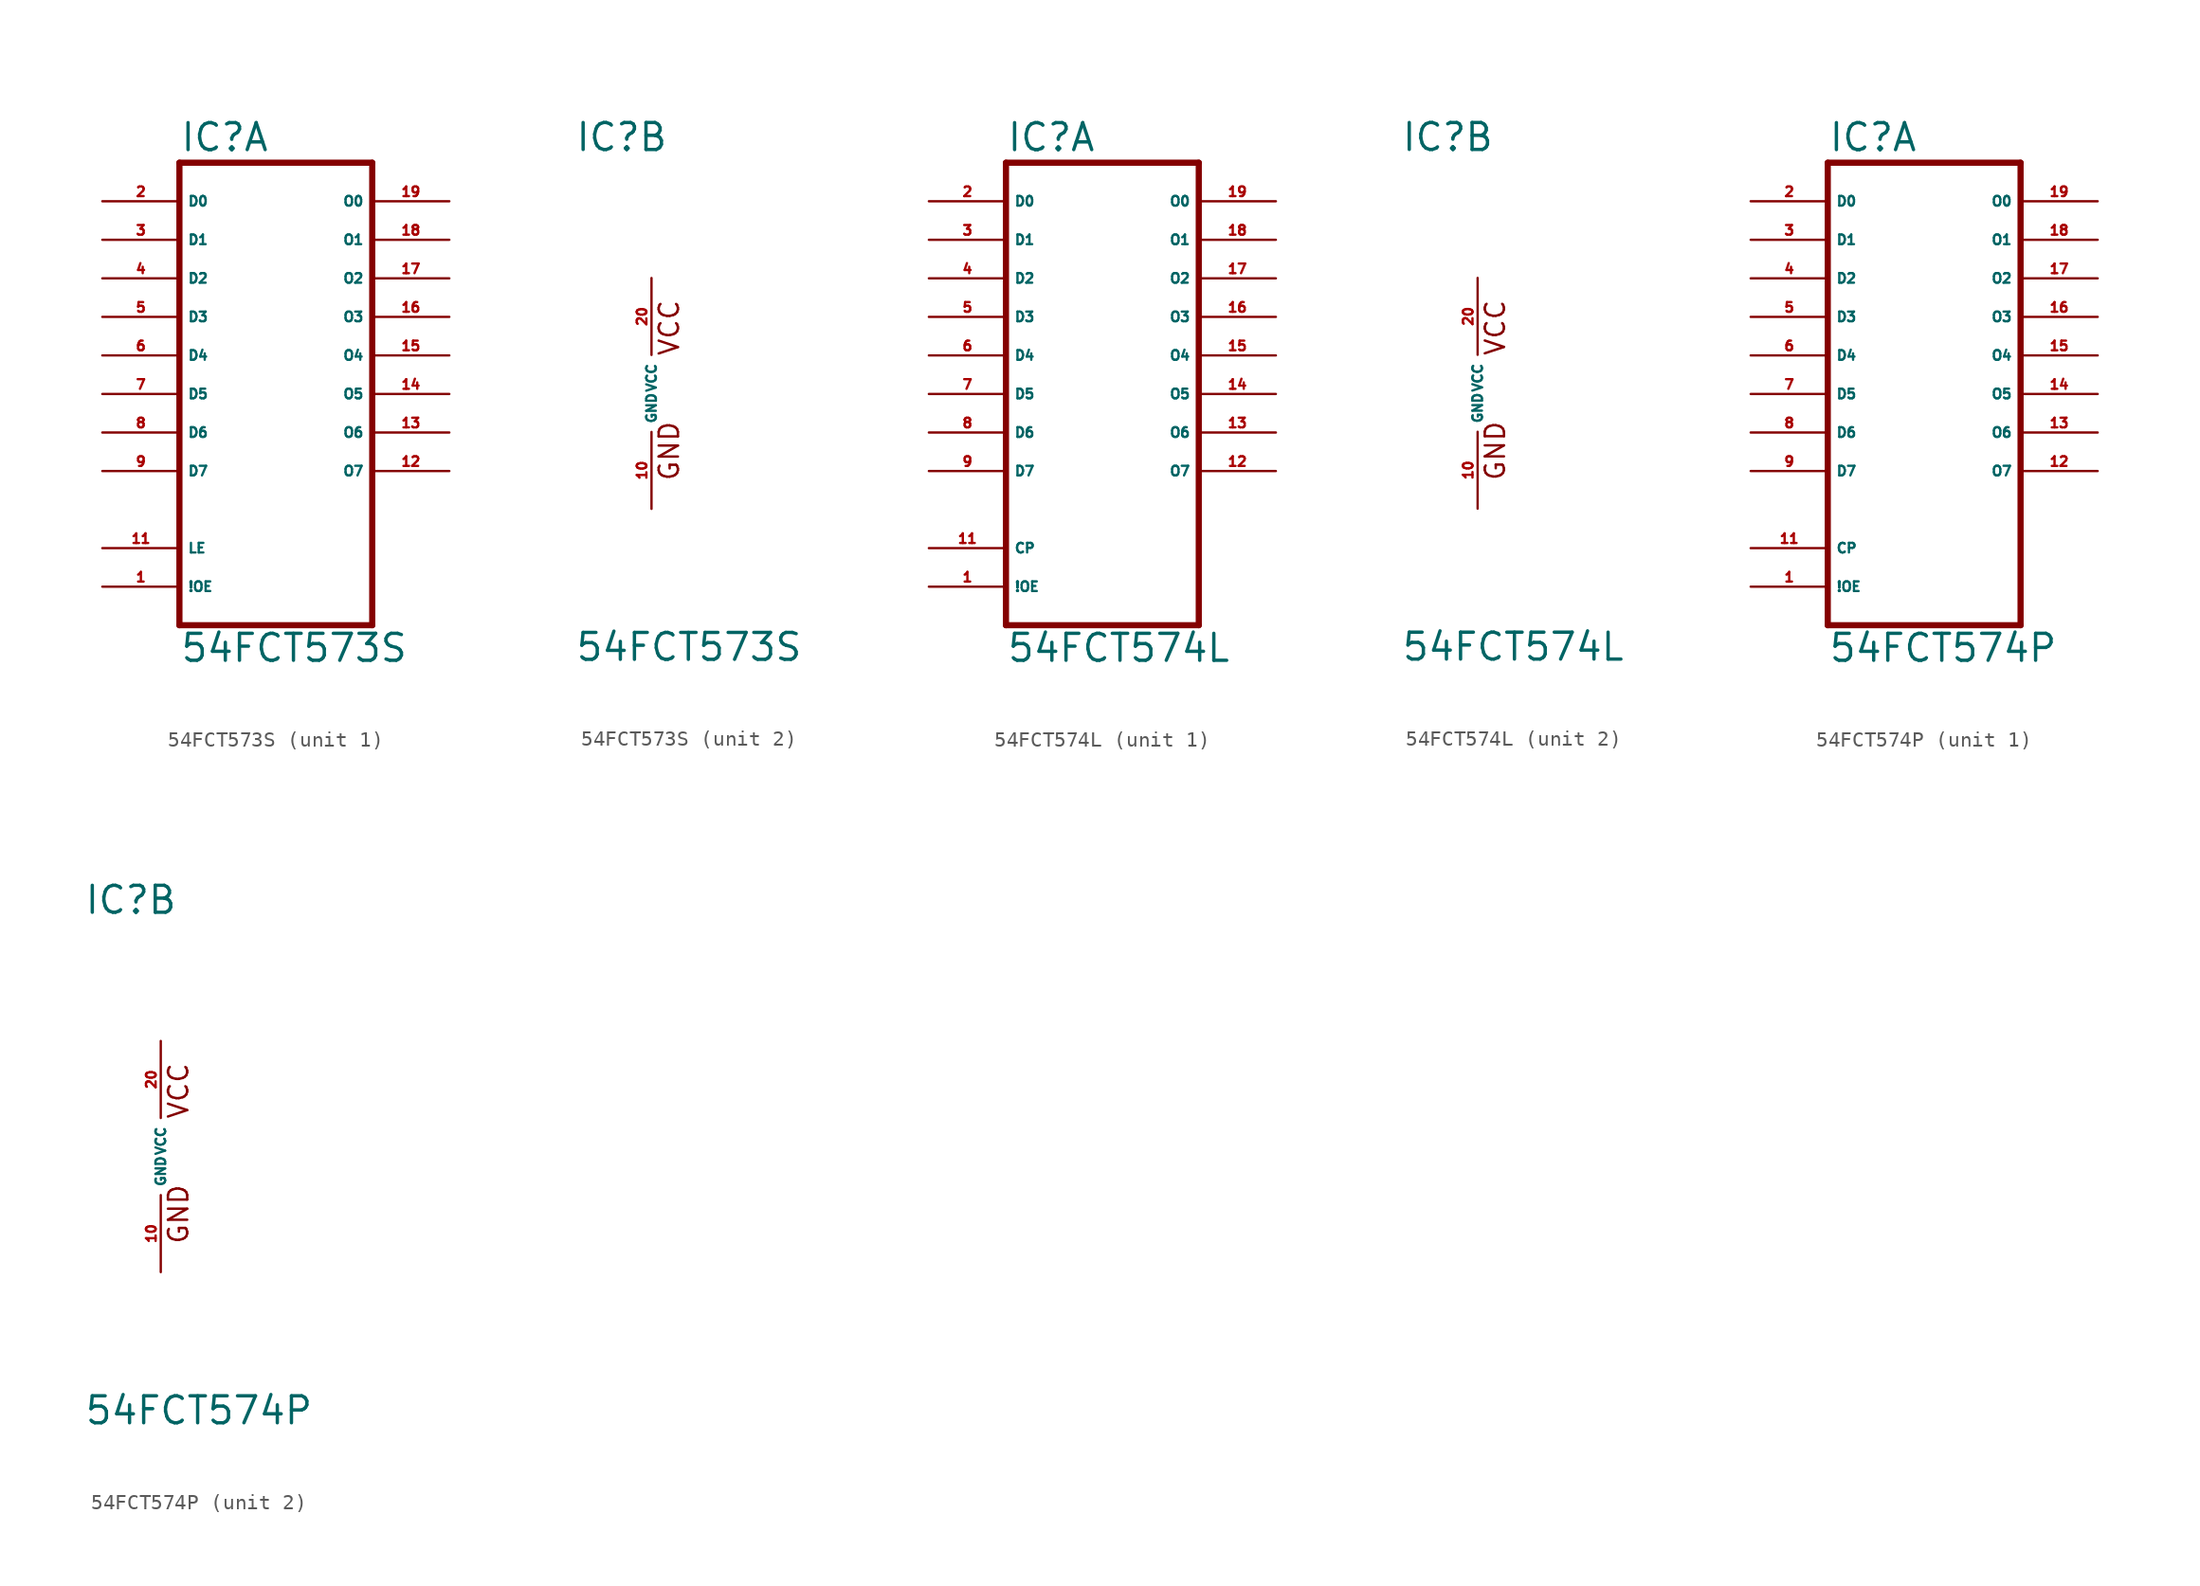
<source format=kicad_sym>
(kicad_symbol_lib
  (version 20220914)
  (generator Eagle2Kicad)
  (symbol "54FCT573S"
    (property "Reference" "IC"
      (at -5.08 15.875 0)
      (effects (font (size 1.778 1.778) (thickness 0.22)) (justify left bottom)))
    (property "Value" "54FCT573S"
      (at -5.08 -17.78 0)
      (effects (font (size 1.778 1.778) (thickness 0.22)) (justify left bottom)))
    (symbol "54FCT573S_1_0"
      (polyline (pts (xy -5.08 -15.24) (xy 7.62 -15.24)) (stroke (width 0.406) (type default)) (fill (type none)))
      (polyline (pts (xy 7.62 -15.24) (xy 7.62 15.24)) (stroke (width 0.406) (type default)) (fill (type none)))
      (polyline (pts (xy 7.62 15.24) (xy -5.08 15.24)) (stroke (width 0.406) (type default)) (fill (type none)))
      (polyline (pts (xy -5.08 15.24) (xy -5.08 -15.24)) (stroke (width 0.406) (type default)) (fill (type none)))
      (pin input line (at -10.16 12.7 0) (length 5.08) (name "D0" (effects (font (size 0.635 0.635) (thickness 0.08)) (justify left bottom))) (number "2" (effects (font (size 0.635 0.635) (thickness 0.08)) (justify left bottom))))
      (pin input line (at -10.16 10.16 0) (length 5.08) (name "D1" (effects (font (size 0.635 0.635) (thickness 0.08)) (justify left bottom))) (number "3" (effects (font (size 0.635 0.635) (thickness 0.08)) (justify left bottom))))
      (pin input line (at -10.16 7.62 0) (length 5.08) (name "D2" (effects (font (size 0.635 0.635) (thickness 0.08)) (justify left bottom))) (number "4" (effects (font (size 0.635 0.635) (thickness 0.08)) (justify left bottom))))
      (pin input line (at -10.16 5.08 0) (length 5.08) (name "D3" (effects (font (size 0.635 0.635) (thickness 0.08)) (justify left bottom))) (number "5" (effects (font (size 0.635 0.635) (thickness 0.08)) (justify left bottom))))
      (pin input line (at -10.16 2.54 0) (length 5.08) (name "D4" (effects (font (size 0.635 0.635) (thickness 0.08)) (justify left bottom))) (number "6" (effects (font (size 0.635 0.635) (thickness 0.08)) (justify left bottom))))
      (pin input line (at -10.16 0 0) (length 5.08) (name "D5" (effects (font (size 0.635 0.635) (thickness 0.08)) (justify left bottom))) (number "7" (effects (font (size 0.635 0.635) (thickness 0.08)) (justify left bottom))))
      (pin input line (at -10.16 -2.54 0) (length 5.08) (name "D6" (effects (font (size 0.635 0.635) (thickness 0.08)) (justify left bottom))) (number "8" (effects (font (size 0.635 0.635) (thickness 0.08)) (justify left bottom))))
      (pin input line (at -10.16 -5.08 0) (length 5.08) (name "D7" (effects (font (size 0.635 0.635) (thickness 0.08)) (justify left bottom))) (number "9" (effects (font (size 0.635 0.635) (thickness 0.08)) (justify left bottom))))
      (pin input line (at -10.16 -10.16 0) (length 5.08) (name "LE" (effects (font (size 0.635 0.635) (thickness 0.08)) (justify left bottom))) (number "11" (effects (font (size 0.635 0.635) (thickness 0.08)) (justify left bottom))))
      (pin input line (at -10.16 -12.7 0) (length 5.08) (name "!OE" (effects (font (size 0.635 0.635) (thickness 0.08)) (justify left bottom))) (number "1" (effects (font (size 0.635 0.635) (thickness 0.08)) (justify left bottom))))
      (pin output line (at 12.7 12.7 180) (length 5.08) (name "O0" (effects (font (size 0.635 0.635) (thickness 0.08)) (justify left bottom))) (number "19" (effects (font (size 0.635 0.635) (thickness 0.08)) (justify left bottom))))
      (pin output line (at 12.7 10.16 180) (length 5.08) (name "O1" (effects (font (size 0.635 0.635) (thickness 0.08)) (justify left bottom))) (number "18" (effects (font (size 0.635 0.635) (thickness 0.08)) (justify left bottom))))
      (pin output line (at 12.7 7.62 180) (length 5.08) (name "O2" (effects (font (size 0.635 0.635) (thickness 0.08)) (justify left bottom))) (number "17" (effects (font (size 0.635 0.635) (thickness 0.08)) (justify left bottom))))
      (pin output line (at 12.7 5.08 180) (length 5.08) (name "O3" (effects (font (size 0.635 0.635) (thickness 0.08)) (justify left bottom))) (number "16" (effects (font (size 0.635 0.635) (thickness 0.08)) (justify left bottom))))
      (pin output line (at 12.7 2.54 180) (length 5.08) (name "O4" (effects (font (size 0.635 0.635) (thickness 0.08)) (justify left bottom))) (number "15" (effects (font (size 0.635 0.635) (thickness 0.08)) (justify left bottom))))
      (pin output line (at 12.7 0 180) (length 5.08) (name "O5" (effects (font (size 0.635 0.635) (thickness 0.08)) (justify left bottom))) (number "14" (effects (font (size 0.635 0.635) (thickness 0.08)) (justify left bottom))))
      (pin output line (at 12.7 -2.54 180) (length 5.08) (name "O6" (effects (font (size 0.635 0.635) (thickness 0.08)) (justify left bottom))) (number "13" (effects (font (size 0.635 0.635) (thickness 0.08)) (justify left bottom))))
      (pin output line (at 12.7 -5.08 180) (length 5.08) (name "O7" (effects (font (size 0.635 0.635) (thickness 0.08)) (justify left bottom))) (number "12" (effects (font (size 0.635 0.635) (thickness 0.08)) (justify left bottom)))))
    (symbol "54FCT573S_2_0"
      (text "GND" (at 1.905 -5.842 900) (effects (font (size 1.27 1.27) (thickness 0.16)) (justify left bottom)))
      (text "VCC" (at 1.905 2.413 900) (effects (font (size 1.27 1.27) (thickness 0.16)) (justify left bottom)))
      (pin unspecified line (at 0 7.62 270) (length 5.08) (name "VCC" (effects (font (size 0.635 0.635) (thickness 0.08)) (justify left bottom))) (number "20" (effects (font (size 0.635 0.635) (thickness 0.08)) (justify left bottom))))
      (pin unspecified line (at 0 -7.62 90) (length 5.08) (name "GND" (effects (font (size 0.635 0.635) (thickness 0.08)) (justify left bottom))) (number "10" (effects (font (size 0.635 0.635) (thickness 0.08)) (justify left bottom))))))
  (symbol "54FCT574L"
    (property "Reference" "IC"
      (at -5.08 15.875 0)
      (effects (font (size 1.778 1.778) (thickness 0.22)) (justify left bottom)))
    (property "Value" "54FCT574L"
      (at -5.08 -17.78 0)
      (effects (font (size 1.778 1.778) (thickness 0.22)) (justify left bottom)))
    (symbol "54FCT574L_1_0"
      (polyline (pts (xy -5.08 -15.24) (xy 7.62 -15.24)) (stroke (width 0.406) (type default)) (fill (type none)))
      (polyline (pts (xy 7.62 -15.24) (xy 7.62 15.24)) (stroke (width 0.406) (type default)) (fill (type none)))
      (polyline (pts (xy 7.62 15.24) (xy -5.08 15.24)) (stroke (width 0.406) (type default)) (fill (type none)))
      (polyline (pts (xy -5.08 15.24) (xy -5.08 -15.24)) (stroke (width 0.406) (type default)) (fill (type none)))
      (pin input line (at -10.16 12.7 0) (length 5.08) (name "D0" (effects (font (size 0.635 0.635) (thickness 0.08)) (justify left bottom))) (number "2" (effects (font (size 0.635 0.635) (thickness 0.08)) (justify left bottom))))
      (pin input line (at -10.16 10.16 0) (length 5.08) (name "D1" (effects (font (size 0.635 0.635) (thickness 0.08)) (justify left bottom))) (number "3" (effects (font (size 0.635 0.635) (thickness 0.08)) (justify left bottom))))
      (pin input line (at -10.16 7.62 0) (length 5.08) (name "D2" (effects (font (size 0.635 0.635) (thickness 0.08)) (justify left bottom))) (number "4" (effects (font (size 0.635 0.635) (thickness 0.08)) (justify left bottom))))
      (pin input line (at -10.16 5.08 0) (length 5.08) (name "D3" (effects (font (size 0.635 0.635) (thickness 0.08)) (justify left bottom))) (number "5" (effects (font (size 0.635 0.635) (thickness 0.08)) (justify left bottom))))
      (pin input line (at -10.16 2.54 0) (length 5.08) (name "D4" (effects (font (size 0.635 0.635) (thickness 0.08)) (justify left bottom))) (number "6" (effects (font (size 0.635 0.635) (thickness 0.08)) (justify left bottom))))
      (pin input line (at -10.16 0 0) (length 5.08) (name "D5" (effects (font (size 0.635 0.635) (thickness 0.08)) (justify left bottom))) (number "7" (effects (font (size 0.635 0.635) (thickness 0.08)) (justify left bottom))))
      (pin input line (at -10.16 -2.54 0) (length 5.08) (name "D6" (effects (font (size 0.635 0.635) (thickness 0.08)) (justify left bottom))) (number "8" (effects (font (size 0.635 0.635) (thickness 0.08)) (justify left bottom))))
      (pin input line (at -10.16 -5.08 0) (length 5.08) (name "D7" (effects (font (size 0.635 0.635) (thickness 0.08)) (justify left bottom))) (number "9" (effects (font (size 0.635 0.635) (thickness 0.08)) (justify left bottom))))
      (pin input line (at -10.16 -10.16 0) (length 5.08) (name "CP" (effects (font (size 0.635 0.635) (thickness 0.08)) (justify left bottom))) (number "11" (effects (font (size 0.635 0.635) (thickness 0.08)) (justify left bottom))))
      (pin input line (at -10.16 -12.7 0) (length 5.08) (name "!OE" (effects (font (size 0.635 0.635) (thickness 0.08)) (justify left bottom))) (number "1" (effects (font (size 0.635 0.635) (thickness 0.08)) (justify left bottom))))
      (pin output line (at 12.7 12.7 180) (length 5.08) (name "O0" (effects (font (size 0.635 0.635) (thickness 0.08)) (justify left bottom))) (number "19" (effects (font (size 0.635 0.635) (thickness 0.08)) (justify left bottom))))
      (pin output line (at 12.7 10.16 180) (length 5.08) (name "O1" (effects (font (size 0.635 0.635) (thickness 0.08)) (justify left bottom))) (number "18" (effects (font (size 0.635 0.635) (thickness 0.08)) (justify left bottom))))
      (pin output line (at 12.7 7.62 180) (length 5.08) (name "O2" (effects (font (size 0.635 0.635) (thickness 0.08)) (justify left bottom))) (number "17" (effects (font (size 0.635 0.635) (thickness 0.08)) (justify left bottom))))
      (pin output line (at 12.7 5.08 180) (length 5.08) (name "O3" (effects (font (size 0.635 0.635) (thickness 0.08)) (justify left bottom))) (number "16" (effects (font (size 0.635 0.635) (thickness 0.08)) (justify left bottom))))
      (pin output line (at 12.7 2.54 180) (length 5.08) (name "O4" (effects (font (size 0.635 0.635) (thickness 0.08)) (justify left bottom))) (number "15" (effects (font (size 0.635 0.635) (thickness 0.08)) (justify left bottom))))
      (pin output line (at 12.7 0 180) (length 5.08) (name "O5" (effects (font (size 0.635 0.635) (thickness 0.08)) (justify left bottom))) (number "14" (effects (font (size 0.635 0.635) (thickness 0.08)) (justify left bottom))))
      (pin output line (at 12.7 -2.54 180) (length 5.08) (name "O6" (effects (font (size 0.635 0.635) (thickness 0.08)) (justify left bottom))) (number "13" (effects (font (size 0.635 0.635) (thickness 0.08)) (justify left bottom))))
      (pin output line (at 12.7 -5.08 180) (length 5.08) (name "O7" (effects (font (size 0.635 0.635) (thickness 0.08)) (justify left bottom))) (number "12" (effects (font (size 0.635 0.635) (thickness 0.08)) (justify left bottom)))))
    (symbol "54FCT574L_2_0"
      (text "GND" (at 1.905 -5.842 900) (effects (font (size 1.27 1.27) (thickness 0.16)) (justify left bottom)))
      (text "VCC" (at 1.905 2.413 900) (effects (font (size 1.27 1.27) (thickness 0.16)) (justify left bottom)))
      (pin unspecified line (at 0 7.62 270) (length 5.08) (name "VCC" (effects (font (size 0.635 0.635) (thickness 0.08)) (justify left bottom))) (number "20" (effects (font (size 0.635 0.635) (thickness 0.08)) (justify left bottom))))
      (pin unspecified line (at 0 -7.62 90) (length 5.08) (name "GND" (effects (font (size 0.635 0.635) (thickness 0.08)) (justify left bottom))) (number "10" (effects (font (size 0.635 0.635) (thickness 0.08)) (justify left bottom))))))
  (symbol "54FCT574P"
    (property "Reference" "IC"
      (at -5.08 15.875 0)
      (effects (font (size 1.778 1.778) (thickness 0.22)) (justify left bottom)))
    (property "Value" "54FCT574P"
      (at -5.08 -17.78 0)
      (effects (font (size 1.778 1.778) (thickness 0.22)) (justify left bottom)))
    (symbol "54FCT574P_1_0"
      (polyline (pts (xy -5.08 -15.24) (xy 7.62 -15.24)) (stroke (width 0.406) (type default)) (fill (type none)))
      (polyline (pts (xy 7.62 -15.24) (xy 7.62 15.24)) (stroke (width 0.406) (type default)) (fill (type none)))
      (polyline (pts (xy 7.62 15.24) (xy -5.08 15.24)) (stroke (width 0.406) (type default)) (fill (type none)))
      (polyline (pts (xy -5.08 15.24) (xy -5.08 -15.24)) (stroke (width 0.406) (type default)) (fill (type none)))
      (pin input line (at -10.16 12.7 0) (length 5.08) (name "D0" (effects (font (size 0.635 0.635) (thickness 0.08)) (justify left bottom))) (number "2" (effects (font (size 0.635 0.635) (thickness 0.08)) (justify left bottom))))
      (pin input line (at -10.16 10.16 0) (length 5.08) (name "D1" (effects (font (size 0.635 0.635) (thickness 0.08)) (justify left bottom))) (number "3" (effects (font (size 0.635 0.635) (thickness 0.08)) (justify left bottom))))
      (pin input line (at -10.16 7.62 0) (length 5.08) (name "D2" (effects (font (size 0.635 0.635) (thickness 0.08)) (justify left bottom))) (number "4" (effects (font (size 0.635 0.635) (thickness 0.08)) (justify left bottom))))
      (pin input line (at -10.16 5.08 0) (length 5.08) (name "D3" (effects (font (size 0.635 0.635) (thickness 0.08)) (justify left bottom))) (number "5" (effects (font (size 0.635 0.635) (thickness 0.08)) (justify left bottom))))
      (pin input line (at -10.16 2.54 0) (length 5.08) (name "D4" (effects (font (size 0.635 0.635) (thickness 0.08)) (justify left bottom))) (number "6" (effects (font (size 0.635 0.635) (thickness 0.08)) (justify left bottom))))
      (pin input line (at -10.16 0 0) (length 5.08) (name "D5" (effects (font (size 0.635 0.635) (thickness 0.08)) (justify left bottom))) (number "7" (effects (font (size 0.635 0.635) (thickness 0.08)) (justify left bottom))))
      (pin input line (at -10.16 -2.54 0) (length 5.08) (name "D6" (effects (font (size 0.635 0.635) (thickness 0.08)) (justify left bottom))) (number "8" (effects (font (size 0.635 0.635) (thickness 0.08)) (justify left bottom))))
      (pin input line (at -10.16 -5.08 0) (length 5.08) (name "D7" (effects (font (size 0.635 0.635) (thickness 0.08)) (justify left bottom))) (number "9" (effects (font (size 0.635 0.635) (thickness 0.08)) (justify left bottom))))
      (pin input line (at -10.16 -10.16 0) (length 5.08) (name "CP" (effects (font (size 0.635 0.635) (thickness 0.08)) (justify left bottom))) (number "11" (effects (font (size 0.635 0.635) (thickness 0.08)) (justify left bottom))))
      (pin input line (at -10.16 -12.7 0) (length 5.08) (name "!OE" (effects (font (size 0.635 0.635) (thickness 0.08)) (justify left bottom))) (number "1" (effects (font (size 0.635 0.635) (thickness 0.08)) (justify left bottom))))
      (pin output line (at 12.7 12.7 180) (length 5.08) (name "O0" (effects (font (size 0.635 0.635) (thickness 0.08)) (justify left bottom))) (number "19" (effects (font (size 0.635 0.635) (thickness 0.08)) (justify left bottom))))
      (pin output line (at 12.7 10.16 180) (length 5.08) (name "O1" (effects (font (size 0.635 0.635) (thickness 0.08)) (justify left bottom))) (number "18" (effects (font (size 0.635 0.635) (thickness 0.08)) (justify left bottom))))
      (pin output line (at 12.7 7.62 180) (length 5.08) (name "O2" (effects (font (size 0.635 0.635) (thickness 0.08)) (justify left bottom))) (number "17" (effects (font (size 0.635 0.635) (thickness 0.08)) (justify left bottom))))
      (pin output line (at 12.7 5.08 180) (length 5.08) (name "O3" (effects (font (size 0.635 0.635) (thickness 0.08)) (justify left bottom))) (number "16" (effects (font (size 0.635 0.635) (thickness 0.08)) (justify left bottom))))
      (pin output line (at 12.7 2.54 180) (length 5.08) (name "O4" (effects (font (size 0.635 0.635) (thickness 0.08)) (justify left bottom))) (number "15" (effects (font (size 0.635 0.635) (thickness 0.08)) (justify left bottom))))
      (pin output line (at 12.7 0 180) (length 5.08) (name "O5" (effects (font (size 0.635 0.635) (thickness 0.08)) (justify left bottom))) (number "14" (effects (font (size 0.635 0.635) (thickness 0.08)) (justify left bottom))))
      (pin output line (at 12.7 -2.54 180) (length 5.08) (name "O6" (effects (font (size 0.635 0.635) (thickness 0.08)) (justify left bottom))) (number "13" (effects (font (size 0.635 0.635) (thickness 0.08)) (justify left bottom))))
      (pin output line (at 12.7 -5.08 180) (length 5.08) (name "O7" (effects (font (size 0.635 0.635) (thickness 0.08)) (justify left bottom))) (number "12" (effects (font (size 0.635 0.635) (thickness 0.08)) (justify left bottom)))))
    (symbol "54FCT574P_2_0"
      (text "GND" (at 1.905 -5.842 900) (effects (font (size 1.27 1.27) (thickness 0.16)) (justify left bottom)))
      (text "VCC" (at 1.905 2.413 900) (effects (font (size 1.27 1.27) (thickness 0.16)) (justify left bottom)))
      (pin unspecified line (at 0 7.62 270) (length 5.08) (name "VCC" (effects (font (size 0.635 0.635) (thickness 0.08)) (justify left bottom))) (number "20" (effects (font (size 0.635 0.635) (thickness 0.08)) (justify left bottom))))
      (pin unspecified line (at 0 -7.62 90) (length 5.08) (name "GND" (effects (font (size 0.635 0.635) (thickness 0.08)) (justify left bottom))) (number "10" (effects (font (size 0.635 0.635) (thickness 0.08)) (justify left bottom)))))))
</source>
